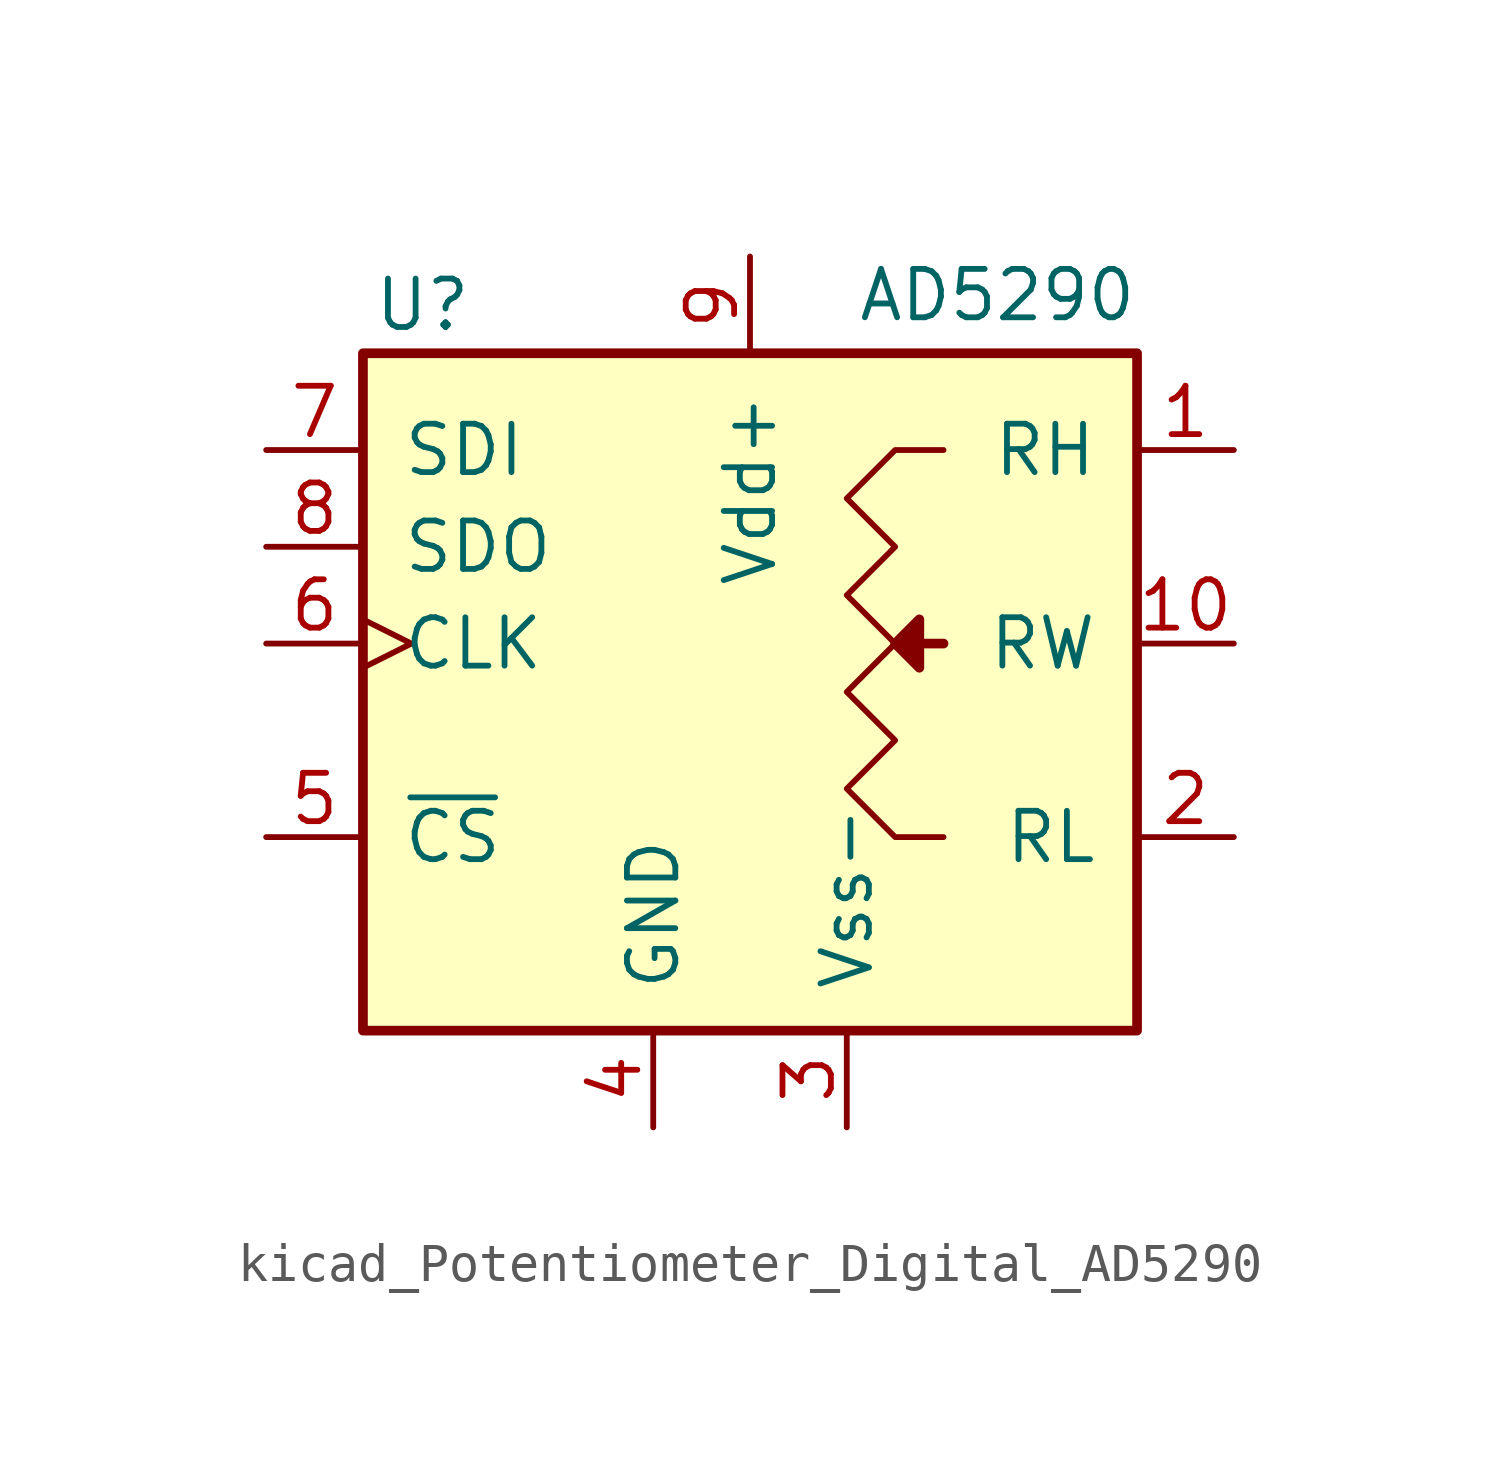
<source format=kicad_sym>
(kicad_symbol_lib
  (version 20220914)
  (generator kicad_symbol_editor)
  (symbol "kicad_Potentiometer_Digital_AD5290"
    (pin_names
      (offset 1.016))
    (property "Reference" "U"
      (at -9.906 8.89 0)
      (effects (font (size 1.27 1.27)) (justify left)))
    (property "Value" "AD5290"
      (at 2.794 9.144 0)
      (effects (font (size 1.27 1.27)) (justify left)))
    (symbol "kicad_Potentiometer_Digital_AD5290_0_1"
      (rectangle (start -10.16 7.62) (end 10.16 -10.16) (stroke (width 0.254) (type default)) (fill (type background)))
      (polyline (pts (xy 4.445 0) (xy 5.08 0)) (stroke (width 0.254) (type default)) (fill (type none)))
      (polyline (pts (xy 3.81 0) (xy 4.445 0.635) (xy 4.445 -0.635) (xy 3.81 0)) (stroke (width 0.254) (type default)) (fill (type outline)))
      (polyline (pts (xy 5.08 5.08) (xy 3.81 5.08) (xy 2.54 3.81) (xy 3.81 2.54) (xy 2.54 1.27) (xy 3.81 0) (xy 2.54 -1.27) (xy 3.81 -2.54) (xy 2.54 -3.81) (xy 3.81 -5.08) (xy 5.08 -5.08) (xy 5.08 -5.08) (xy 5.08 -5.08)) (stroke (width 0) (type default)) (fill (type none))))
    (symbol "kicad_Potentiometer_Digital_AD5290_1_1"
      (pin passive line (at 12.7 5.08 180) (length 2.54) (name "RH" (effects (font (size 1.27 1.27)))) (number "1" (effects (font (size 1.27 1.27)))))
      (pin passive line (at 12.7 0 180) (length 2.54) (name "RW" (effects (font (size 1.27 1.27)))) (number "10" (effects (font (size 1.27 1.27)))))
      (pin passive line (at 12.7 -5.08 180) (length 2.54) (name "RL" (effects (font (size 1.27 1.27)))) (number "2" (effects (font (size 1.27 1.27)))))
      (pin power_in line (at 2.54 -12.7 90) (length 2.54) (name "Vss-" (effects (font (size 1.27 1.27)))) (number "3" (effects (font (size 1.27 1.27)))))
      (pin power_in line (at -2.54 -12.7 90) (length 2.54) (name "GND" (effects (font (size 1.27 1.27)))) (number "4" (effects (font (size 1.27 1.27)))))
      (pin input line (at -12.7 -5.08 0) (length 2.54) (name "~{CS}" (effects (font (size 1.27 1.27)))) (number "5" (effects (font (size 1.27 1.27)))))
      (pin input clock (at -12.7 0 0) (length 2.54) (name "CLK" (effects (font (size 1.27 1.27)))) (number "6" (effects (font (size 1.27 1.27)))))
      (pin input line (at -12.7 5.08 0) (length 2.54) (name "SDI" (effects (font (size 1.27 1.27)))) (number "7" (effects (font (size 1.27 1.27)))))
      (pin output line (at -12.7 2.54 0) (length 2.54) (name "SDO" (effects (font (size 1.27 1.27)))) (number "8" (effects (font (size 1.27 1.27)))))
      (pin power_in line (at 0 10.16 270) (length 2.54) (name "Vdd+" (effects (font (size 1.27 1.27)))) (number "9" (effects (font (size 1.27 1.27))))))))
</source>
